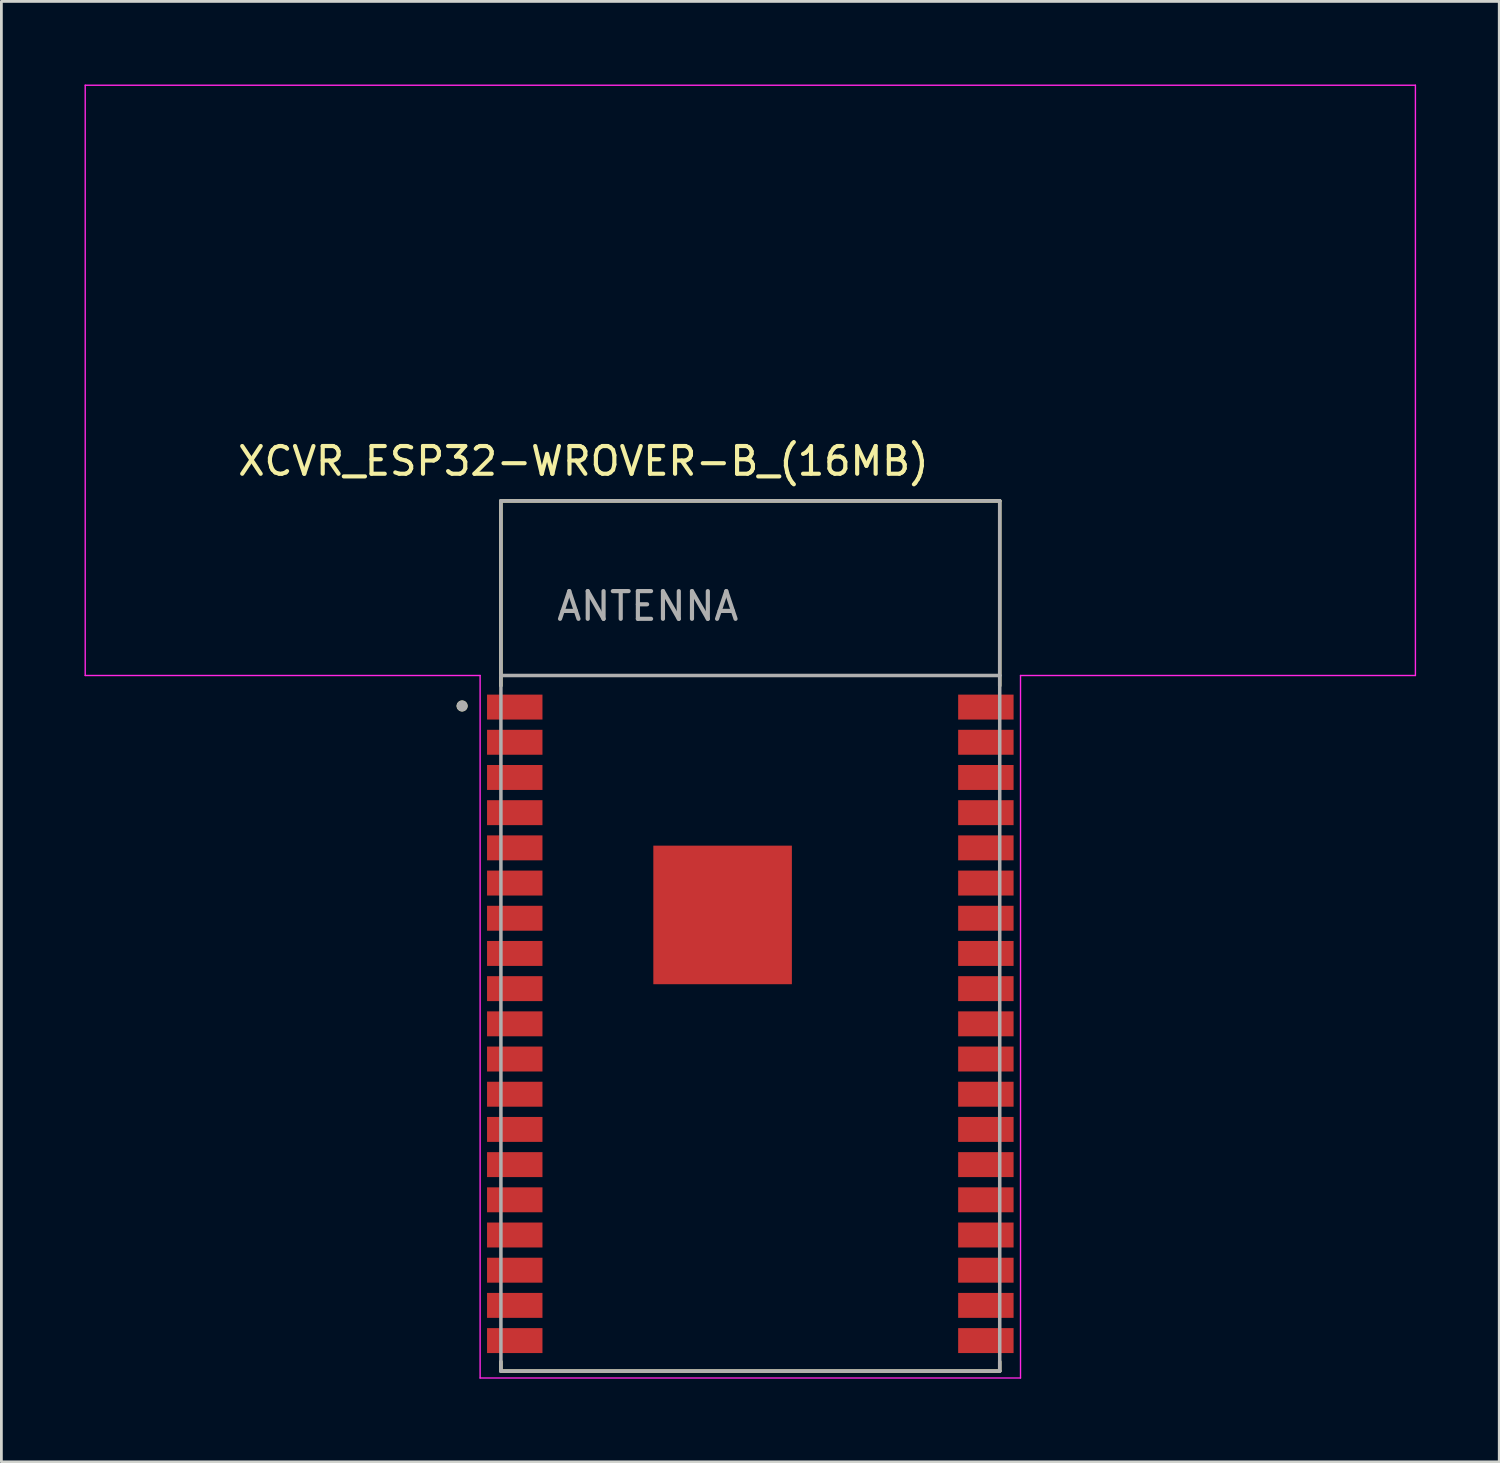
<source format=kicad_pcb>
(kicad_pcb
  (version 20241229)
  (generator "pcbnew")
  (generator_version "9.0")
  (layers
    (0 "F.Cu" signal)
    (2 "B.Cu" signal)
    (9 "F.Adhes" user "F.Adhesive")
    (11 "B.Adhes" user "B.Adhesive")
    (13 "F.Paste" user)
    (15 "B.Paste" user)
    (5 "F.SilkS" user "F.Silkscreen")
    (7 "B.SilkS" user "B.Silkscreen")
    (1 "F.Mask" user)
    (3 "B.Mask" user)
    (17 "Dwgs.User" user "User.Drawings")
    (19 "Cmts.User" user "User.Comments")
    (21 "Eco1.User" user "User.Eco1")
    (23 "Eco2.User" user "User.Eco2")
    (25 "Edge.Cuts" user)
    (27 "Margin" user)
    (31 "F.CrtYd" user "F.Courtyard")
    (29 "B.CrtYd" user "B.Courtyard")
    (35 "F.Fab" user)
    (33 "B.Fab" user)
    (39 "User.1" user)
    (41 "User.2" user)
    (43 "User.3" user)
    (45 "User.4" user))
  (footprint "XCVR_ESP32-WROVER-B_(16MB)"
    (layer "F.Cu")
    (at 24.025 30.725)
    (property "Reference" "XCVR_ESP32-WROVER-B_(16MB)" (at -6.025 -17.135 0) (layer "F.SilkS") (effects (font (size 1 1) (thickness 0.15))))
    (attr through_hole)
    (fp_line (start -9 -15.7) (end 9 -15.7) (stroke (width 0.127) (type solid)) (layer "F.SilkS"))
    (fp_line (start -9 -9.03) (end -9 -15.7) (stroke (width 0.127) (type solid)) (layer "F.SilkS"))
    (fp_line (start -9 15.36) (end -9 15.7) (stroke (width 0.127) (type solid)) (layer "F.SilkS"))
    (fp_line (start -9 15.7) (end 9 15.7) (stroke (width 0.127) (type solid)) (layer "F.SilkS"))
    (fp_line (start 9 -15.7) (end 9 -9.03) (stroke (width 0.127) (type solid)) (layer "F.SilkS"))
    (fp_line (start 9 15.7) (end 9 15.36) (stroke (width 0.127) (type solid)) (layer "F.SilkS"))
    (fp_circle (center -10.4 -8.3) (end -10.3 -8.3) (stroke (width 0.2) (type solid)) (fill no) (layer "F.SilkS"))
    (fp_poly (pts (xy -2.58 -2.34) (xy 0.58 -2.34) (xy 0.58 0.82) (xy -2.58 0.82)) (stroke (width 0.01) (type solid)) (fill yes) (layer "F.Paste"))
    (fp_line (start -24 -30.7) (end 24 -30.7) (stroke (width 0.05) (type solid)) (layer "F.CrtYd"))
    (fp_line (start -24 -9.4) (end -24 -30.7) (stroke (width 0.05) (type solid)) (layer "F.CrtYd"))
    (fp_line (start -9.75 -9.4) (end -24 -9.4) (stroke (width 0.05) (type solid)) (layer "F.CrtYd"))
    (fp_line (start -9.75 -9.4) (end -9.75 15.95) (stroke (width 0.05) (type solid)) (layer "F.CrtYd"))
    (fp_line (start -9.75 15.95) (end 9.75 15.95) (stroke (width 0.05) (type solid)) (layer "F.CrtYd"))
    (fp_line (start 9.75 15.95) (end 9.75 -9.4) (stroke (width 0.05) (type solid)) (layer "F.CrtYd"))
    (fp_line (start 24 -30.7) (end 24 -9.4) (stroke (width 0.05) (type solid)) (layer "F.CrtYd"))
    (fp_line (start 24 -9.4) (end 9.75 -9.4) (stroke (width 0.05) (type solid)) (layer "F.CrtYd"))
    (fp_line (start -9 -15.7) (end 9 -15.7) (stroke (width 0.127) (type solid)) (layer "F.Fab"))
    (fp_line (start -9 -9.4) (end -9 -15.7) (stroke (width 0.127) (type solid)) (layer "F.Fab"))
    (fp_line (start -9 -9.4) (end 9 -9.4) (stroke (width 0.127) (type solid)) (layer "F.Fab"))
    (fp_line (start -9 15.7) (end -9 -9.4) (stroke (width 0.127) (type solid)) (layer "F.Fab"))
    (fp_line (start 9 -15.7) (end 9 -9.4) (stroke (width 0.127) (type solid)) (layer "F.Fab"))
    (fp_line (start 9 -9.4) (end 9 15.7) (stroke (width 0.127) (type solid)) (layer "F.Fab"))
    (fp_line (start 9 15.7) (end -9 15.7) (stroke (width 0.127) (type solid)) (layer "F.Fab"))
    (fp_circle (center -10.4 -8.3) (end -10.3 -8.3) (stroke (width 0.2) (type solid)) (fill no) (layer "F.Fab"))
    (fp_text user "ANTENNA" (at -3.7 -11.9 0) (layer "F.Fab") (effects (font (size 1 1) (thickness 0.15))))
    (pad "1" smd rect (at -8.5 -8.26) (size 2 0.9) (layers "F.Cu" "F.Mask" "F.Paste"))
    (pad "2" smd rect (at -8.5 -6.99) (size 2 0.9) (layers "F.Cu" "F.Mask" "F.Paste"))
    (pad "3" smd rect (at -8.5 -5.72) (size 2 0.9) (layers "F.Cu" "F.Mask" "F.Paste"))
    (pad "4" smd rect (at -8.5 -4.45) (size 2 0.9) (layers "F.Cu" "F.Mask" "F.Paste"))
    (pad "5" smd rect (at -8.5 -3.18) (size 2 0.9) (layers "F.Cu" "F.Mask" "F.Paste"))
    (pad "6" smd rect (at -8.5 -1.91) (size 2 0.9) (layers "F.Cu" "F.Mask" "F.Paste"))
    (pad "7" smd rect (at -8.5 -0.64) (size 2 0.9) (layers "F.Cu" "F.Mask" "F.Paste"))
    (pad "8" smd rect (at -8.5 0.63) (size 2 0.9) (layers "F.Cu" "F.Mask" "F.Paste"))
    (pad "9" smd rect (at -8.5 1.9) (size 2 0.9) (layers "F.Cu" "F.Mask" "F.Paste"))
    (pad "10" smd rect (at -8.5 3.17) (size 2 0.9) (layers "F.Cu" "F.Mask" "F.Paste"))
    (pad "11" smd rect (at -8.5 4.44) (size 2 0.9) (layers "F.Cu" "F.Mask" "F.Paste"))
    (pad "12" smd rect (at -8.5 5.71) (size 2 0.9) (layers "F.Cu" "F.Mask" "F.Paste"))
    (pad "13" smd rect (at -8.5 6.98) (size 2 0.9) (layers "F.Cu" "F.Mask" "F.Paste"))
    (pad "14" smd rect (at -8.5 8.25) (size 2 0.9) (layers "F.Cu" "F.Mask" "F.Paste"))
    (pad "15" smd rect (at -8.5 9.52) (size 2 0.9) (layers "F.Cu" "F.Mask" "F.Paste"))
    (pad "16" smd rect (at -8.5 10.79) (size 2 0.9) (layers "F.Cu" "F.Mask" "F.Paste"))
    (pad "17" smd rect (at -8.5 12.06) (size 2 0.9) (layers "F.Cu" "F.Mask" "F.Paste"))
    (pad "18" smd rect (at -8.5 13.33) (size 2 0.9) (layers "F.Cu" "F.Mask" "F.Paste"))
    (pad "19" smd rect (at -8.5 14.6) (size 2 0.9) (layers "F.Cu" "F.Mask" "F.Paste"))
    (pad "20" smd rect (at 8.5 14.6) (size 2 0.9) (layers "F.Cu" "F.Mask" "F.Paste"))
    (pad "21" smd rect (at 8.5 13.33) (size 2 0.9) (layers "F.Cu" "F.Mask" "F.Paste"))
    (pad "22" smd rect (at 8.5 12.06) (size 2 0.9) (layers "F.Cu" "F.Mask" "F.Paste"))
    (pad "23" smd rect (at 8.5 10.79) (size 2 0.9) (layers "F.Cu" "F.Mask" "F.Paste"))
    (pad "24" smd rect (at 8.5 9.52) (size 2 0.9) (layers "F.Cu" "F.Mask" "F.Paste"))
    (pad "25" smd rect (at 8.5 8.25) (size 2 0.9) (layers "F.Cu" "F.Mask" "F.Paste"))
    (pad "26" smd rect (at 8.5 6.98) (size 2 0.9) (layers "F.Cu" "F.Mask" "F.Paste"))
    (pad "27" smd rect (at 8.5 5.71) (size 2 0.9) (layers "F.Cu" "F.Mask" "F.Paste"))
    (pad "28" smd rect (at 8.5 4.44) (size 2 0.9) (layers "F.Cu" "F.Mask" "F.Paste"))
    (pad "29" smd rect (at 8.5 3.17) (size 2 0.9) (layers "F.Cu" "F.Mask" "F.Paste"))
    (pad "30" smd rect (at 8.5 1.9) (size 2 0.9) (layers "F.Cu" "F.Mask" "F.Paste"))
    (pad "31" smd rect (at 8.5 0.63) (size 2 0.9) (layers "F.Cu" "F.Mask" "F.Paste"))
    (pad "32" smd rect (at 8.5 -0.64) (size 2 0.9) (layers "F.Cu" "F.Mask" "F.Paste"))
    (pad "33" smd rect (at 8.5 -1.91) (size 2 0.9) (layers "F.Cu" "F.Mask" "F.Paste"))
    (pad "34" smd rect (at 8.5 -3.18) (size 2 0.9) (layers "F.Cu" "F.Mask" "F.Paste"))
    (pad "35" smd rect (at 8.5 -4.45) (size 2 0.9) (layers "F.Cu" "F.Mask" "F.Paste"))
    (pad "36" smd rect (at 8.5 -5.72) (size 2 0.9) (layers "F.Cu" "F.Mask" "F.Paste"))
    (pad "37" smd rect (at 8.5 -6.99) (size 2 0.9) (layers "F.Cu" "F.Mask" "F.Paste"))
    (pad "38" smd rect (at 8.5 -8.26) (size 2 0.9) (layers "F.Cu" "F.Mask" "F.Paste"))
    (pad "39" smd rect (at -1 -0.76) (size 5 5) (layers "F.Cu" "F.Mask"))
    (zone (net_name "") (layer "F.Cu") (hatch full 0.508) (connect_pads) (min_thickness 0.01) (filled_areas_thickness no) (keepout (tracks not_allowed) (vias not_allowed) (pads not_allowed) (copperpour not_allowed) (footprints allowed)) (placement (enabled no)) (fill) (polygon (pts (xy 0.025 0.025) (xy 48.025 0.025) (xy 48.025 21.325) (xy 0.025 21.325))))
    (zone (net_name "") (layers "F.Cu" "B.Cu") (hatch full 0.508) (connect_pads) (min_thickness 0.01) (filled_areas_thickness no) (keepout (tracks allowed) (vias not_allowed) (pads allowed) (copperpour allowed) (footprints allowed)) (placement (enabled no)) (fill) (polygon (pts (xy 0.025 0.025) (xy 48.025 0.025) (xy 48.025 21.325) (xy 0.025 21.325)))))
  (gr_rect
    (start -3 -3)
    (end 51.05 49.7)
    (stroke (width 0.1) (type default))
    (fill no)
    (layer "Edge.Cuts")))
</source>
